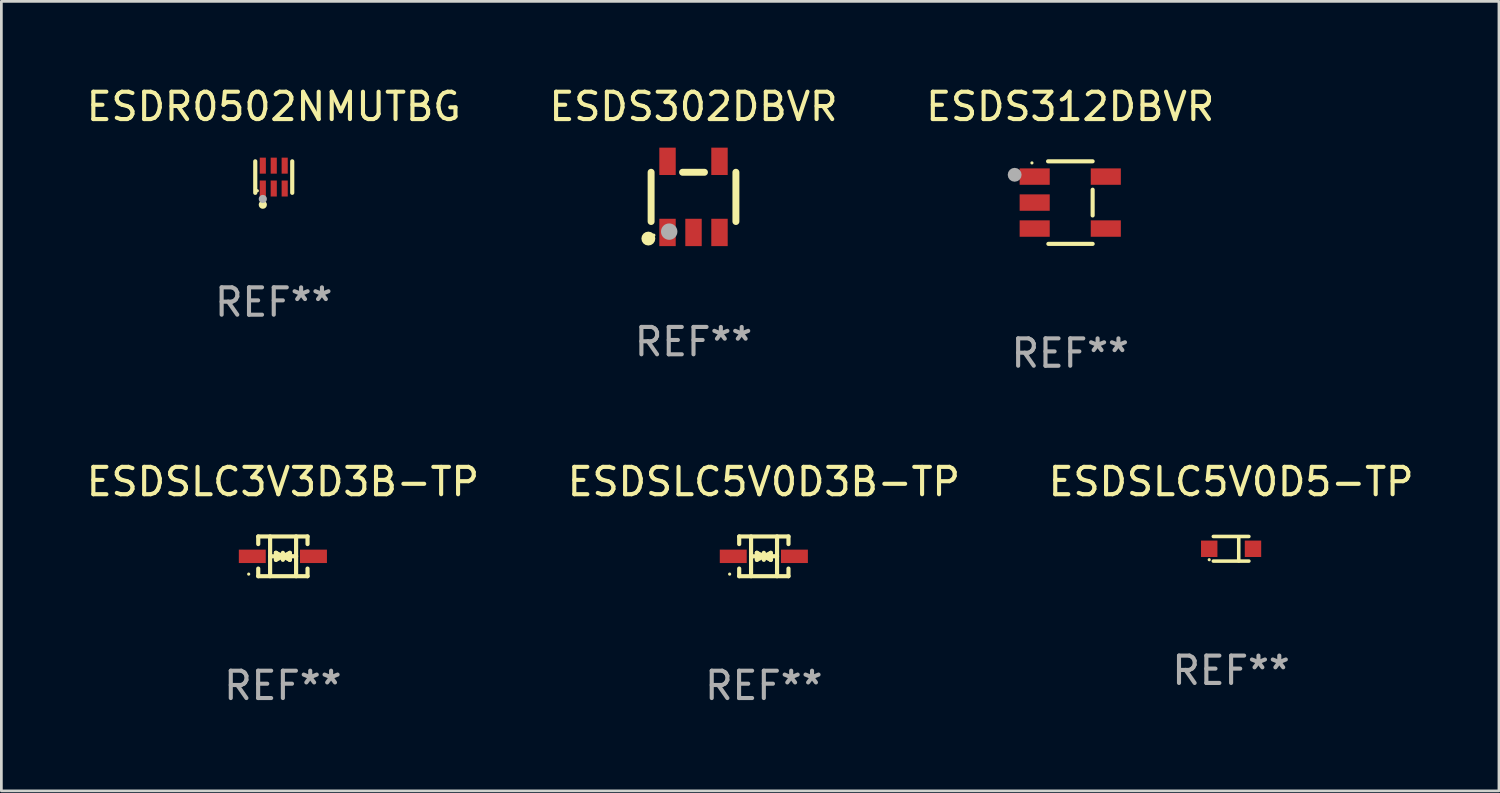
<source format=kicad_pcb>
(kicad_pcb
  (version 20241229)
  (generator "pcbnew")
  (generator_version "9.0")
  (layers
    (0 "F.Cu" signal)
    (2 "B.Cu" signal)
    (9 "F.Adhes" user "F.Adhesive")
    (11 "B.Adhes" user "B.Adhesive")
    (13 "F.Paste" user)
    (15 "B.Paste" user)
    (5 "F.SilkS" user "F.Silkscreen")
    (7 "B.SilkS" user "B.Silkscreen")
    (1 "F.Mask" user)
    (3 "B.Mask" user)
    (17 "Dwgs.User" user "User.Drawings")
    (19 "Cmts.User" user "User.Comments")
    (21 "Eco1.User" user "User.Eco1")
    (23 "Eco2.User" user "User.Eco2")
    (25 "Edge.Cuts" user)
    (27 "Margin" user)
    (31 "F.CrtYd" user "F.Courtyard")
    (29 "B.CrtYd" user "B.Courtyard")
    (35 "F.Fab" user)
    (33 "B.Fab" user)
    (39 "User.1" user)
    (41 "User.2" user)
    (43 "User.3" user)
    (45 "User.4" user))
  (footprint "ESDSLC3V3D3B-TP"
    (layer "F.Cu")
    (at 7.292 17.289)
    (property "Reference" "ESDSLC3V3D3B-TP" (at 0 -2.726 0) (layer "F.SilkS") (effects (font (size 1 1) (thickness 0.15))))
    (attr through_hole)
    (fp_line (start -0.901 -0.726) (end -0.901 -0.448) (stroke (width 0.152) (type solid)) (layer "F.SilkS"))
    (fp_line (start -0.901 0.726) (end -0.901 0.448) (stroke (width 0.152) (type solid)) (layer "F.SilkS"))
    (fp_line (start -0.467 0) (end 0.483 -0.003) (stroke (width 0.154) (type solid)) (layer "F.SilkS"))
    (fp_line (start -0.467 0.726) (end -0.467 -0.726) (stroke (width 0.152) (type solid)) (layer "F.SilkS"))
    (fp_line (start -0.254 -0.127) (end -0.254 -0.127) (stroke (width 0.154) (type solid)) (layer "F.SilkS"))
    (fp_line (start -0.254 -0.127) (end -0.002 -0.003) (stroke (width 0.154) (type solid)) (layer "F.SilkS"))
    (fp_line (start -0.254 0.127) (end -0.254 -0.127) (stroke (width 0.154) (type solid)) (layer "F.SilkS"))
    (fp_line (start -0.127 0) (end 0.003 0) (stroke (width 0.154) (type solid)) (layer "F.SilkS"))
    (fp_line (start -0.003 0) (end -0.254 0.127) (stroke (width 0.154) (type solid)) (layer "F.SilkS"))
    (fp_line (start 0 -0.127) (end 0 0.127) (stroke (width 0.154) (type solid)) (layer "F.SilkS"))
    (fp_line (start 0.003 0) (end 0.254 -0.127) (stroke (width 0.154) (type solid)) (layer "F.SilkS"))
    (fp_line (start 0.127 0) (end -0.003 0) (stroke (width 0.154) (type solid)) (layer "F.SilkS"))
    (fp_line (start 0.254 -0.127) (end 0.254 0.127) (stroke (width 0.154) (type solid)) (layer "F.SilkS"))
    (fp_line (start 0.254 0.127) (end 0.002 0.003) (stroke (width 0.154) (type solid)) (layer "F.SilkS"))
    (fp_line (start 0.254 0.127) (end 0.254 0.127) (stroke (width 0.154) (type solid)) (layer "F.SilkS"))
    (fp_line (start 0.483 0.726) (end 0.483 -0.726) (stroke (width 0.152) (type solid)) (layer "F.SilkS"))
    (fp_line (start 0.901 -0.726) (end -0.901 -0.726) (stroke (width 0.152) (type solid)) (layer "F.SilkS"))
    (fp_line (start 0.901 -0.726) (end 0.901 -0.448) (stroke (width 0.152) (type solid)) (layer "F.SilkS"))
    (fp_line (start 0.901 0.726) (end -0.901 0.726) (stroke (width 0.152) (type solid)) (layer "F.SilkS"))
    (fp_line (start 0.901 0.726) (end 0.901 0.448) (stroke (width 0.152) (type solid)) (layer "F.SilkS"))
    (fp_circle (center -1.25 0.65) (end -1.22 0.65) (stroke (width 0.06) (type solid)) (fill no) (layer "F.SilkS"))
    (fp_text user "REF**" (at 0 4.726 0) (layer "F.Fab") (effects (font (size 1 1) (thickness 0.15))))
    (pad "1" smd rect (at -1.118 0) (size 0.985 0.49) (layers "F.Cu" "F.Mask" "F.Paste"))
    (pad "2" smd rect (at 1.118 0) (size 0.985 0.49) (layers "F.Cu" "F.Mask" "F.Paste")))
  (footprint "ESDS312DBVR"
    (layer "F.Cu")
    (at 36.077 4.357)
    (property "Reference" "ESDS312DBVR" (at 0 -3.509 0) (layer "F.SilkS") (effects (font (size 1 1) (thickness 0.15))))
    (attr through_hole)
    (fp_line (start -0.811 -1.509) (end 0.819 -1.509) (stroke (width 0.15) (type solid)) (layer "F.SilkS"))
    (fp_line (start -0.8 1.509) (end 0.82 1.509) (stroke (width 0.15) (type solid)) (layer "F.SilkS"))
    (fp_line (start 0.819 -0.472) (end 0.819 0.47) (stroke (width 0.15) (type solid)) (layer "F.SilkS"))
    (fp_circle (center -1.4 -1.451) (end -1.37 -1.451) (stroke (width 0.06) (type solid)) (fill no) (layer "F.SilkS"))
    (fp_circle (center -2.032 -1.017) (end -1.905 -1.017) (stroke (width 0.254) (type solid)) (fill no) (layer "F.Fab"))
    (fp_text user "REF**" (at 0 5.509 0) (layer "F.Fab") (effects (font (size 1 1) (thickness 0.15))))
    (pad "1" smd rect (at -1.3 -0.951) (size 1.1 0.6) (layers "F.Cu" "F.Mask" "F.Paste"))
    (pad "2" smd rect (at -1.3 -0.001) (size 1.1 0.6) (layers "F.Cu" "F.Mask" "F.Paste"))
    (pad "3" smd rect (at -1.3 0.949) (size 1.1 0.6) (layers "F.Cu" "F.Mask" "F.Paste"))
    (pad "4" smd rect (at 1.3 0.949) (size 1.1 0.6) (layers "F.Cu" "F.Mask" "F.Paste"))
    (pad "5" smd rect (at 1.3 -0.951) (size 1.1 0.6) (layers "F.Cu" "F.Mask" "F.Paste")))
  (footprint "ESDS302DBVR"
    (layer "F.Cu")
    (at 22.304 4.148)
    (property "Reference" "ESDS302DBVR" (at 0 -3.3 0) (layer "F.SilkS") (effects (font (size 1 1) (thickness 0.15))))
    (attr through_hole)
    (fp_line (start -1.55 -0.9) (end -1.55 0.9) (stroke (width 0.254) (type solid)) (layer "F.SilkS"))
    (fp_line (start -0.4 -0.9) (end 0.4 -0.9) (stroke (width 0.254) (type solid)) (layer "F.SilkS"))
    (fp_line (start 1.55 -0.9) (end 1.55 0.9) (stroke (width 0.254) (type solid)) (layer "F.SilkS"))
    (fp_circle (center -1.651 1.524) (end -1.524 1.524) (stroke (width 0.254) (type solid)) (fill no) (layer "F.SilkS"))
    (fp_circle (center -1.45 1.4) (end -1.42 1.4) (stroke (width 0.06) (type solid)) (fill no) (layer "F.SilkS"))
    (fp_circle (center -0.889 1.27) (end -0.739 1.27) (stroke (width 0.3) (type solid)) (fill no) (layer "F.Fab"))
    (fp_text user "REF**" (at 0 5.3 0) (layer "F.Fab") (effects (font (size 1 1) (thickness 0.15))))
    (pad "1" smd rect (at -0.95 1.3 270) (size 1 0.6) (layers "F.Cu" "F.Mask" "F.Paste"))
    (pad "2" smd rect (at 0.000025 1.3 270) (size 1 0.6) (layers "F.Cu" "F.Mask" "F.Paste"))
    (pad "3" smd rect (at 0.95 1.3 270) (size 1 0.6) (layers "F.Cu" "F.Mask" "F.Paste"))
    (pad "4" smd rect (at 0.95 -1.3 270) (size 1 0.6) (layers "F.Cu" "F.Mask" "F.Paste"))
    (pad "5" smd rect (at -0.95 -1.3 270) (size 1 0.6) (layers "F.Cu" "F.Mask" "F.Paste")))
  (footprint "ESDR0502NMUTBG"
    (layer "F.Cu")
    (at 6.958 3.424)
    (property "Reference" "ESDR0502NMUTBG" (at 0 -2.576 0) (layer "F.SilkS") (effects (font (size 1 1) (thickness 0.15))))
    (attr through_hole)
    (fp_line (start -0.676 0.576) (end -0.676 -0.576) (stroke (width 0.152) (type solid)) (layer "F.SilkS"))
    (fp_line (start 0.676 0.576) (end 0.676 -0.576) (stroke (width 0.152) (type solid)) (layer "F.SilkS"))
    (fp_circle (center -0.6 0.5) (end -0.57 0.5) (stroke (width 0.06) (type solid)) (fill no) (layer "F.SilkS"))
    (fp_circle (center -0.4 1.01) (end -0.325 1.01) (stroke (width 0.15) (type solid)) (fill no) (layer "F.SilkS"))
    (fp_circle (center -0.4 0.8) (end -0.325 0.8) (stroke (width 0.15) (type solid)) (fill no) (layer "F.Fab"))
    (fp_text user "REF**" (at 0 4.576 0) (layer "F.Fab") (effects (font (size 1 1) (thickness 0.15))))
    (pad "1" smd rect (at -0.4 0.418) (size 0.224 0.585) (layers "F.Cu" "F.Mask" "F.Paste"))
    (pad "2" smd rect (at 0 0.418) (size 0.224 0.585) (layers "F.Cu" "F.Mask" "F.Paste"))
    (pad "3" smd rect (at 0.4 0.418) (size 0.224 0.585) (layers "F.Cu" "F.Mask" "F.Paste"))
    (pad "4" smd rect (at 0.4 -0.418) (size 0.224 0.585) (layers "F.Cu" "F.Mask" "F.Paste"))
    (pad "5" smd rect (at 0 -0.418) (size 0.224 0.585) (layers "F.Cu" "F.Mask" "F.Paste"))
    (pad "6" smd rect (at -0.4 -0.418) (size 0.224 0.585) (layers "F.Cu" "F.Mask" "F.Paste")))
  (footprint "ESDSLC5V0D3B-TP"
    (layer "F.Cu")
    (at 24.875 17.289)
    (property "Reference" "ESDSLC5V0D3B-TP" (at 0 -2.726 0) (layer "F.SilkS") (effects (font (size 1 1) (thickness 0.15))))
    (attr through_hole)
    (fp_line (start -0.901 -0.726) (end -0.901 -0.448) (stroke (width 0.152) (type solid)) (layer "F.SilkS"))
    (fp_line (start -0.901 0.726) (end -0.901 0.448) (stroke (width 0.152) (type solid)) (layer "F.SilkS"))
    (fp_line (start -0.467 0) (end 0.483 -0.003) (stroke (width 0.154) (type solid)) (layer "F.SilkS"))
    (fp_line (start -0.467 0.726) (end -0.467 -0.726) (stroke (width 0.152) (type solid)) (layer "F.SilkS"))
    (fp_line (start -0.254 -0.127) (end -0.254 -0.127) (stroke (width 0.154) (type solid)) (layer "F.SilkS"))
    (fp_line (start -0.254 -0.127) (end -0.002 -0.003) (stroke (width 0.154) (type solid)) (layer "F.SilkS"))
    (fp_line (start -0.254 0.127) (end -0.254 -0.127) (stroke (width 0.154) (type solid)) (layer "F.SilkS"))
    (fp_line (start -0.127 0) (end 0.003 0) (stroke (width 0.154) (type solid)) (layer "F.SilkS"))
    (fp_line (start -0.003 0) (end -0.254 0.127) (stroke (width 0.154) (type solid)) (layer "F.SilkS"))
    (fp_line (start 0 -0.127) (end 0 0.127) (stroke (width 0.154) (type solid)) (layer "F.SilkS"))
    (fp_line (start 0.003 0) (end 0.254 -0.127) (stroke (width 0.154) (type solid)) (layer "F.SilkS"))
    (fp_line (start 0.127 0) (end -0.003 0) (stroke (width 0.154) (type solid)) (layer "F.SilkS"))
    (fp_line (start 0.254 -0.127) (end 0.254 0.127) (stroke (width 0.154) (type solid)) (layer "F.SilkS"))
    (fp_line (start 0.254 0.127) (end 0.002 0.003) (stroke (width 0.154) (type solid)) (layer "F.SilkS"))
    (fp_line (start 0.254 0.127) (end 0.254 0.127) (stroke (width 0.154) (type solid)) (layer "F.SilkS"))
    (fp_line (start 0.483 0.726) (end 0.483 -0.726) (stroke (width 0.152) (type solid)) (layer "F.SilkS"))
    (fp_line (start 0.901 -0.726) (end -0.901 -0.726) (stroke (width 0.152) (type solid)) (layer "F.SilkS"))
    (fp_line (start 0.901 -0.726) (end 0.901 -0.448) (stroke (width 0.152) (type solid)) (layer "F.SilkS"))
    (fp_line (start 0.901 0.726) (end -0.901 0.726) (stroke (width 0.152) (type solid)) (layer "F.SilkS"))
    (fp_line (start 0.901 0.726) (end 0.901 0.448) (stroke (width 0.152) (type solid)) (layer "F.SilkS"))
    (fp_circle (center -1.25 0.65) (end -1.22 0.65) (stroke (width 0.06) (type solid)) (fill no) (layer "F.SilkS"))
    (fp_text user "REF**" (at 0 4.726 0) (layer "F.Fab") (effects (font (size 1 1) (thickness 0.15))))
    (pad "1" smd rect (at -1.118 0) (size 0.985 0.49) (layers "F.Cu" "F.Mask" "F.Paste"))
    (pad "2" smd rect (at 1.118 0) (size 0.985 0.49) (layers "F.Cu" "F.Mask" "F.Paste")))
  (footprint "ESDSLC5V0D5-TP"
    (layer "F.Cu")
    (at 41.958 17.013)
    (property "Reference" "ESDSLC5V0D5-TP" (at 0 -2.45 0) (layer "F.SilkS") (effects (font (size 1 1) (thickness 0.15))))
    (attr through_hole)
    (fp_line (start -0.65 -0.45) (end 0.65 -0.45) (stroke (width 0.13) (type solid)) (layer "F.SilkS"))
    (fp_line (start -0.65 0.45) (end 0.65 0.45) (stroke (width 0.13) (type solid)) (layer "F.SilkS"))
    (fp_line (start 0.279 -0.406) (end 0.279 0.444) (stroke (width 0.13) (type solid)) (layer "F.SilkS"))
    (fp_circle (center -0.8 0.4) (end -0.77 0.4) (stroke (width 0.06) (type solid)) (fill no) (layer "F.SilkS"))
    (fp_text user "REF**" (at 0 4.45 0) (layer "F.Fab") (effects (font (size 1 1) (thickness 0.15))))
    (pad "1" smd rect (at -0.8 0) (size 0.6 0.6) (layers "F.Cu" "F.Mask" "F.Paste"))
    (pad "2" smd rect (at 0.8 0 180) (size 0.6 0.6) (layers "F.Cu" "F.Mask" "F.Paste")))
  (gr_rect
    (start -3 -3)
    (end 51.75 25.864)
    (stroke (width 0.1) (type default))
    (fill no)
    (layer "Edge.Cuts")))
</source>
